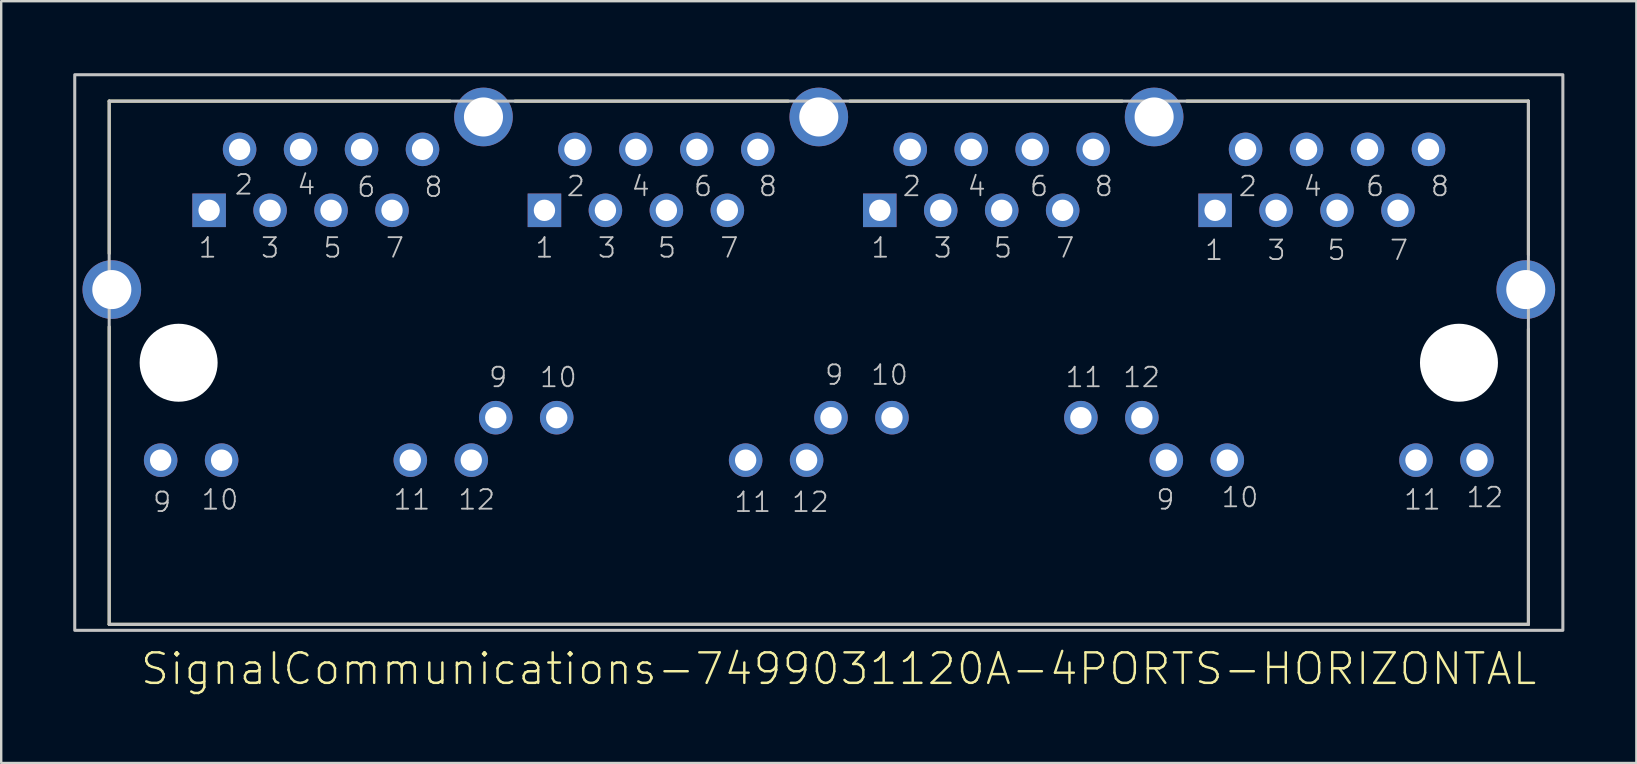
<source format=kicad_pcb>
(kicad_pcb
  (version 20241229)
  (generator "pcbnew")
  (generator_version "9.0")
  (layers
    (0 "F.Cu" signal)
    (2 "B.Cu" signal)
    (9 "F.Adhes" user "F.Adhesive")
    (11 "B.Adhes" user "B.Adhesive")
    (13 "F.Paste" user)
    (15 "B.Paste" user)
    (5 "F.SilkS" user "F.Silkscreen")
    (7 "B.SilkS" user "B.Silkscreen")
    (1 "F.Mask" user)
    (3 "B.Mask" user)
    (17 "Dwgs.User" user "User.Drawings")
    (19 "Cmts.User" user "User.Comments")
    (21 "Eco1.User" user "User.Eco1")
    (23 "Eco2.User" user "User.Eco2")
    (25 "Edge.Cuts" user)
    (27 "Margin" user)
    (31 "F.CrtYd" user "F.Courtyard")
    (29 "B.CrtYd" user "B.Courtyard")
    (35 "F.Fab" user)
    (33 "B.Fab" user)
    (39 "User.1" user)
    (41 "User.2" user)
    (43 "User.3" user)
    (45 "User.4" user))
  (footprint "SignalCommunications-7499031120A-4PORTS-HORIZONTAL"
    (layer "F.Cu")
    (at 31.062 12.062)
    (property "Reference" "SignalCommunications-7499031120A-4PORTS-HORIZONTAL" (at 0.828 12.753 180) (layer "F.SilkS") (effects (font (size 1.27 1.27) (thickness 0.102))))
    (attr exclude_from_pos_files exclude_from_bom)
    (fp_line (start -29.563 -10.899) (end -29.563 -4.549) (stroke (width 0.127) (type solid)) (layer "F.SilkS"))
    (fp_line (start -29.563 10.899) (end -29.563 -1.499) (stroke (width 0.127) (type solid)) (layer "F.SilkS"))
    (fp_line (start -29.563 10.899) (end 29.563 10.899) (stroke (width 0.127) (type solid)) (layer "F.SilkS"))
    (fp_line (start -15.359 -10.899) (end -29.563 -10.899) (stroke (width 0.127) (type solid)) (layer "F.SilkS"))
    (fp_line (start -12.659 -10.899) (end -1.27 -10.899) (stroke (width 0.127) (type solid)) (layer "F.SilkS"))
    (fp_line (start 1.288 -10.899) (end 12.639 -10.899) (stroke (width 0.127) (type solid)) (layer "F.SilkS"))
    (fp_line (start 15.329 -10.899) (end 29.563 -10.899) (stroke (width 0.127) (type solid)) (layer "F.SilkS"))
    (fp_line (start 29.563 -10.899) (end 29.563 -4.498) (stroke (width 0.127) (type solid)) (layer "F.SilkS"))
    (fp_line (start 29.563 -1.4) (end 29.563 10.899) (stroke (width 0.127) (type solid)) (layer "F.SilkS"))
    (fp_line (start -29.563 -10.899) (end -29.563 10.899) (stroke (width 0.127) (type solid)) (layer "Dwgs.User"))
    (fp_line (start -29.563 10.899) (end 29.563 10.899) (stroke (width 0.127) (type solid)) (layer "Dwgs.User"))
    (fp_line (start 29.563 -10.899) (end -29.563 -10.899) (stroke (width 0.127) (type solid)) (layer "Dwgs.User"))
    (fp_line (start 29.563 10.899) (end 29.563 -10.899) (stroke (width 0.127) (type solid)) (layer "Dwgs.User"))
    (fp_poly (pts (xy -30.998 -11.999) (xy 30.998 -11.999) (xy 30.998 11.148) (xy -30.998 11.148) (xy -30.998 -11.999)) (stroke (width 0.127) (type solid)) (fill no) (layer "Dwgs.User"))
    (fp_text user "8" (at -2.123 -7.351 180) (layer "Dwgs.User") (effects (font (size 0.813 0.813) (thickness 0.076))))
    (fp_text user "1" (at 2.57 -4.79 180) (layer "Dwgs.User") (effects (font (size 0.813 0.813) (thickness 0.076))))
    (fp_text user "12" (at -14.252 5.707 180) (layer "Dwgs.User") (effects (font (size 0.813 0.813) (thickness 0.076))))
    (fp_text user "5" (at -20.256 -4.79 180) (layer "Dwgs.User") (effects (font (size 0.813 0.813) (thickness 0.076))))
    (fp_text user "4" (at -7.422 -7.351 180) (layer "Dwgs.User") (effects (font (size 0.813 0.813) (thickness 0.076))))
    (fp_text user "10" (at 17.546 5.608 180) (layer "Dwgs.User") (effects (font (size 0.813 0.813) (thickness 0.076))))
    (fp_text user "7" (at 10.269 -4.79 180) (layer "Dwgs.User") (effects (font (size 0.813 0.813) (thickness 0.076))))
    (fp_text user "10" (at 2.946 0.508 180) (layer "Dwgs.User") (effects (font (size 0.813 0.813) (thickness 0.076))))
    (fp_text user "10" (at -10.851 0.607 180) (layer "Dwgs.User") (effects (font (size 0.813 0.813) (thickness 0.076))))
    (fp_text user "9" (at -13.358 0.607 180) (layer "Dwgs.User") (effects (font (size 0.813 0.813) (thickness 0.076))))
    (fp_text user "12" (at 13.447 0.607 180) (layer "Dwgs.User") (effects (font (size 0.813 0.813) (thickness 0.076))))
    (fp_text user "2" (at -23.952 -7.419 180) (layer "Dwgs.User") (effects (font (size 0.813 0.813) (thickness 0.076))))
    (fp_text user "12" (at -0.351 5.806 180) (layer "Dwgs.User") (effects (font (size 0.813 0.813) (thickness 0.076))))
    (fp_text user "8" (at -16.053 -7.32 180) (layer "Dwgs.User") (effects (font (size 0.813 0.813) (thickness 0.076))))
    (fp_text user "7" (at -3.726 -4.79 180) (layer "Dwgs.User") (effects (font (size 0.813 0.813) (thickness 0.076))))
    (fp_text user "2" (at 17.874 -7.351 180) (layer "Dwgs.User") (effects (font (size 0.813 0.813) (thickness 0.076))))
    (fp_text user "11" (at 11.046 0.607 180) (layer "Dwgs.User") (effects (font (size 0.813 0.813) (thickness 0.076))))
    (fp_text user "2" (at 3.876 -7.351 180) (layer "Dwgs.User") (effects (font (size 0.813 0.813) (thickness 0.076))))
    (fp_text user "5" (at -6.327 -4.79 180) (layer "Dwgs.User") (effects (font (size 0.813 0.813) (thickness 0.076))))
    (fp_text user "10" (at -24.95 5.707 180) (layer "Dwgs.User") (effects (font (size 0.813 0.813) (thickness 0.076))))
    (fp_text user "3" (at -22.857 -4.79 180) (layer "Dwgs.User") (effects (font (size 0.813 0.813) (thickness 0.076))))
    (fp_text user "6" (at 9.174 -7.351 180) (layer "Dwgs.User") (effects (font (size 0.813 0.813) (thickness 0.076))))
    (fp_text user "6" (at -18.852 -7.32 180) (layer "Dwgs.User") (effects (font (size 0.813 0.813) (thickness 0.076))))
    (fp_text user "9" (at 14.44 5.707 180) (layer "Dwgs.User") (effects (font (size 0.813 0.813) (thickness 0.076))))
    (fp_text user "4" (at 6.576 -7.351 180) (layer "Dwgs.User") (effects (font (size 0.813 0.813) (thickness 0.076))))
    (fp_text user "5" (at 7.671 -4.79 180) (layer "Dwgs.User") (effects (font (size 0.813 0.813) (thickness 0.076))))
    (fp_text user "5" (at 21.57 -4.691 180) (layer "Dwgs.User") (effects (font (size 0.813 0.813) (thickness 0.076))))
    (fp_text user "11" (at -16.952 5.707 180) (layer "Dwgs.User") (effects (font (size 0.813 0.813) (thickness 0.076))))
    (fp_text user "1" (at -11.427 -4.79 180) (layer "Dwgs.User") (effects (font (size 0.813 0.813) (thickness 0.076))))
    (fp_text user "3" (at 5.169 -4.79 180) (layer "Dwgs.User") (effects (font (size 0.813 0.813) (thickness 0.076))))
    (fp_text user "3" (at -8.826 -4.79 180) (layer "Dwgs.User") (effects (font (size 0.813 0.813) (thickness 0.076))))
    (fp_text user "8" (at 11.874 -7.351 180) (layer "Dwgs.User") (effects (font (size 0.813 0.813) (thickness 0.076))))
    (fp_text user "2" (at -10.122 -7.351 180) (layer "Dwgs.User") (effects (font (size 0.813 0.813) (thickness 0.076))))
    (fp_text user "7" (at 24.171 -4.691 180) (layer "Dwgs.User") (effects (font (size 0.813 0.813) (thickness 0.076))))
    (fp_text user "11" (at -2.751 5.806 180) (layer "Dwgs.User") (effects (font (size 0.813 0.813) (thickness 0.076))))
    (fp_text user "9" (at -27.358 5.806 180) (layer "Dwgs.User") (effects (font (size 0.813 0.813) (thickness 0.076))))
    (fp_text user "4" (at -21.351 -7.419 180) (layer "Dwgs.User") (effects (font (size 0.813 0.813) (thickness 0.076))))
    (fp_text user "6" (at -4.823 -7.351 180) (layer "Dwgs.User") (effects (font (size 0.813 0.813) (thickness 0.076))))
    (fp_text user "4" (at 20.574 -7.351 180) (layer "Dwgs.User") (effects (font (size 0.813 0.813) (thickness 0.076))))
    (fp_text user "11" (at 25.146 5.707 180) (layer "Dwgs.User") (effects (font (size 0.813 0.813) (thickness 0.076))))
    (fp_text user "12" (at 27.747 5.608 180) (layer "Dwgs.User") (effects (font (size 0.813 0.813) (thickness 0.076))))
    (fp_text user "8" (at 25.875 -7.351 180) (layer "Dwgs.User") (effects (font (size 0.813 0.813) (thickness 0.076))))
    (fp_text user "7" (at -17.658 -4.79 180) (layer "Dwgs.User") (effects (font (size 0.813 0.813) (thickness 0.076))))
    (fp_text user "1" (at 16.469 -4.691 180) (layer "Dwgs.User") (effects (font (size 0.813 0.813) (thickness 0.076))))
    (fp_text user "9" (at 0.64 0.508 180) (layer "Dwgs.User") (effects (font (size 0.813 0.813) (thickness 0.076))))
    (fp_text user "6" (at 23.175 -7.351 180) (layer "Dwgs.User") (effects (font (size 0.813 0.813) (thickness 0.076))))
    (fp_text user "3" (at 19.07 -4.691 180) (layer "Dwgs.User") (effects (font (size 0.813 0.813) (thickness 0.076))))
    (fp_text user "1" (at -25.458 -4.79 180) (layer "Dwgs.User") (effects (font (size 0.813 0.813) (thickness 0.076))))
    (pad "" np_thru_hole circle (at -26.67 0) (size 3.249 3.249) (drill 3.249) (layers "*.Cu" "*.Mask"))
    (pad "" np_thru_hole circle (at 26.67 0) (size 3.249 3.249) (drill 3.249) (layers "*.Cu" "*.Mask"))
    (pad "A1" thru_hole rect (at 16.51 -6.35) (size 1.397 1.397) (drill 0.889) (layers "*.Cu" "*.Paste" "*.Mask"))
    (pad "A2" thru_hole circle (at 17.78 -8.89) (size 1.397 1.397) (drill 0.889) (layers "*.Cu" "*.Paste" "*.Mask"))
    (pad "A3" thru_hole circle (at 19.05 -6.35) (size 1.397 1.397) (drill 0.889) (layers "*.Cu" "*.Paste" "*.Mask"))
    (pad "A4" thru_hole circle (at 20.32 -8.89) (size 1.397 1.397) (drill 0.889) (layers "*.Cu" "*.Paste" "*.Mask"))
    (pad "A5" thru_hole circle (at 21.59 -6.35) (size 1.397 1.397) (drill 0.889) (layers "*.Cu" "*.Paste" "*.Mask"))
    (pad "A6" thru_hole circle (at 22.86 -8.89) (size 1.397 1.397) (drill 0.889) (layers "*.Cu" "*.Paste" "*.Mask"))
    (pad "A7" thru_hole circle (at 24.13 -6.35) (size 1.397 1.397) (drill 0.889) (layers "*.Cu" "*.Paste" "*.Mask"))
    (pad "A8" thru_hole circle (at 25.4 -8.89) (size 1.397 1.397) (drill 0.889) (layers "*.Cu" "*.Paste" "*.Mask"))
    (pad "A9" thru_hole circle (at 14.478 4.059) (size 1.397 1.397) (drill 0.889) (layers "*.Cu" "*.Paste" "*.Mask"))
    (pad "A10" thru_hole circle (at 17.018 4.059) (size 1.397 1.397) (drill 0.889) (layers "*.Cu" "*.Paste" "*.Mask"))
    (pad "A11" thru_hole circle (at 24.879 4.059) (size 1.397 1.397) (drill 0.889) (layers "*.Cu" "*.Paste" "*.Mask"))
    (pad "A12" thru_hole circle (at 27.419 4.059) (size 1.397 1.397) (drill 0.889) (layers "*.Cu" "*.Paste" "*.Mask"))
    (pad "B1" thru_hole rect (at 2.54 -6.35) (size 1.397 1.397) (drill 0.889) (layers "*.Cu" "*.Paste" "*.Mask"))
    (pad "B2" thru_hole circle (at 3.81 -8.89) (size 1.397 1.397) (drill 0.889) (layers "*.Cu" "*.Paste" "*.Mask"))
    (pad "B3" thru_hole circle (at 5.08 -6.35) (size 1.397 1.397) (drill 0.889) (layers "*.Cu" "*.Paste" "*.Mask"))
    (pad "B4" thru_hole circle (at 6.35 -8.89) (size 1.397 1.397) (drill 0.889) (layers "*.Cu" "*.Paste" "*.Mask"))
    (pad "B5" thru_hole circle (at 7.62 -6.35) (size 1.397 1.397) (drill 0.889) (layers "*.Cu" "*.Paste" "*.Mask"))
    (pad "B6" thru_hole circle (at 8.89 -8.89) (size 1.397 1.397) (drill 0.889) (layers "*.Cu" "*.Paste" "*.Mask"))
    (pad "B7" thru_hole circle (at 10.16 -6.35) (size 1.397 1.397) (drill 0.889) (layers "*.Cu" "*.Paste" "*.Mask"))
    (pad "B8" thru_hole circle (at 11.43 -8.89) (size 1.397 1.397) (drill 0.889) (layers "*.Cu" "*.Paste" "*.Mask"))
    (pad "B9" thru_hole circle (at 0.508 2.289) (size 1.397 1.397) (drill 0.889) (layers "*.Cu" "*.Paste" "*.Mask"))
    (pad "B10" thru_hole circle (at 3.048 2.289) (size 1.397 1.397) (drill 0.889) (layers "*.Cu" "*.Paste" "*.Mask"))
    (pad "B11" thru_hole circle (at 10.919 2.289) (size 1.397 1.397) (drill 0.889) (layers "*.Cu" "*.Paste" "*.Mask"))
    (pad "B12" thru_hole circle (at 13.459 2.289) (size 1.397 1.397) (drill 0.889) (layers "*.Cu" "*.Paste" "*.Mask"))
    (pad "C1" thru_hole rect (at -11.43 -6.35) (size 1.397 1.397) (drill 0.889) (layers "*.Cu" "*.Paste" "*.Mask"))
    (pad "C2" thru_hole circle (at -10.16 -8.89) (size 1.397 1.397) (drill 0.889) (layers "*.Cu" "*.Paste" "*.Mask"))
    (pad "C3" thru_hole circle (at -8.89 -6.35) (size 1.397 1.397) (drill 0.889) (layers "*.Cu" "*.Paste" "*.Mask"))
    (pad "C4" thru_hole circle (at -7.62 -8.89) (size 1.397 1.397) (drill 0.889) (layers "*.Cu" "*.Paste" "*.Mask"))
    (pad "C5" thru_hole circle (at -6.35 -6.35) (size 1.397 1.397) (drill 0.889) (layers "*.Cu" "*.Paste" "*.Mask"))
    (pad "C6" thru_hole circle (at -5.08 -8.89) (size 1.397 1.397) (drill 0.889) (layers "*.Cu" "*.Paste" "*.Mask"))
    (pad "C7" thru_hole circle (at -3.81 -6.35) (size 1.397 1.397) (drill 0.889) (layers "*.Cu" "*.Paste" "*.Mask"))
    (pad "C8" thru_hole circle (at -2.54 -8.89) (size 1.397 1.397) (drill 0.889) (layers "*.Cu" "*.Paste" "*.Mask"))
    (pad "C9" thru_hole circle (at -13.459 2.289) (size 1.397 1.397) (drill 0.889) (layers "*.Cu" "*.Paste" "*.Mask"))
    (pad "C10" thru_hole circle (at -10.919 2.289) (size 1.397 1.397) (drill 0.889) (layers "*.Cu" "*.Paste" "*.Mask"))
    (pad "C11" thru_hole circle (at -3.048 4.059) (size 1.397 1.397) (drill 0.889) (layers "*.Cu" "*.Paste" "*.Mask"))
    (pad "C12" thru_hole circle (at -0.508 4.059) (size 1.397 1.397) (drill 0.889) (layers "*.Cu" "*.Paste" "*.Mask"))
    (pad "D1" thru_hole rect (at -25.4 -6.35) (size 1.397 1.397) (drill 0.889) (layers "*.Cu" "*.Paste" "*.Mask"))
    (pad "D2" thru_hole circle (at -24.13 -8.89) (size 1.397 1.397) (drill 0.889) (layers "*.Cu" "*.Paste" "*.Mask"))
    (pad "D3" thru_hole circle (at -22.86 -6.35) (size 1.397 1.397) (drill 0.889) (layers "*.Cu" "*.Paste" "*.Mask"))
    (pad "D4" thru_hole circle (at -21.59 -8.89) (size 1.397 1.397) (drill 0.889) (layers "*.Cu" "*.Paste" "*.Mask"))
    (pad "D5" thru_hole circle (at -20.32 -6.35) (size 1.397 1.397) (drill 0.889) (layers "*.Cu" "*.Paste" "*.Mask"))
    (pad "D6" thru_hole circle (at -19.05 -8.89) (size 1.397 1.397) (drill 0.889) (layers "*.Cu" "*.Paste" "*.Mask"))
    (pad "D7" thru_hole circle (at -17.78 -6.35) (size 1.397 1.397) (drill 0.889) (layers "*.Cu" "*.Paste" "*.Mask"))
    (pad "D8" thru_hole circle (at -16.51 -8.89) (size 1.397 1.397) (drill 0.889) (layers "*.Cu" "*.Paste" "*.Mask"))
    (pad "D9" thru_hole circle (at -27.419 4.059) (size 1.397 1.397) (drill 0.889) (layers "*.Cu" "*.Paste" "*.Mask"))
    (pad "D10" thru_hole circle (at -24.879 4.059) (size 1.397 1.397) (drill 0.889) (layers "*.Cu" "*.Paste" "*.Mask"))
    (pad "D11" thru_hole circle (at -17.018 4.059) (size 1.397 1.397) (drill 0.889) (layers "*.Cu" "*.Paste" "*.Mask"))
    (pad "D12" thru_hole circle (at -14.478 4.059) (size 1.397 1.397) (drill 0.889) (layers "*.Cu" "*.Paste" "*.Mask"))
    (pad "Z3" thru_hole circle (at -29.454 -3.048) (size 2.443 2.443) (drill 1.628) (layers "*.Cu" "*.Paste" "*.Mask"))
    (pad "Z4" thru_hole circle (at 29.454 -3.048) (size 2.443 2.443) (drill 1.628) (layers "*.Cu" "*.Paste" "*.Mask"))
    (pad "Z5" thru_hole circle (at -13.97 -10.239) (size 2.443 2.443) (drill 1.628) (layers "*.Cu" "*.Paste" "*.Mask"))
    (pad "Z6" thru_hole circle (at 0 -10.239) (size 2.443 2.443) (drill 1.628) (layers "*.Cu" "*.Paste" "*.Mask"))
    (pad "Z7" thru_hole circle (at 13.97 -10.239) (size 2.443 2.443) (drill 1.628) (layers "*.Cu" "*.Paste" "*.Mask")))
  (gr_rect
    (start -3 -3)
    (end 65.123 28.737)
    (stroke (width 0.1) (type default))
    (fill no)
    (layer "Edge.Cuts")))
</source>
